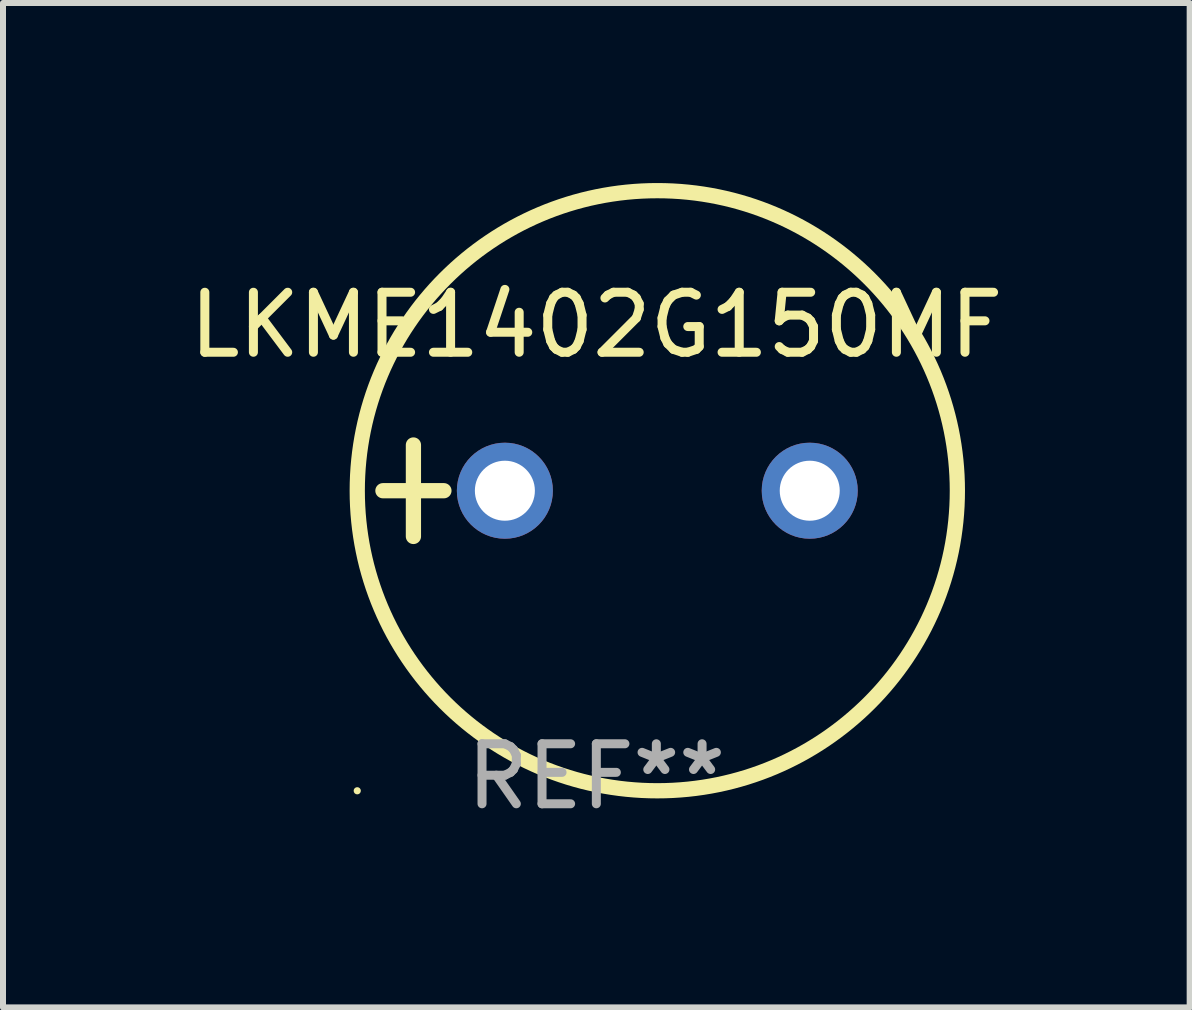
<source format=kicad_pcb>
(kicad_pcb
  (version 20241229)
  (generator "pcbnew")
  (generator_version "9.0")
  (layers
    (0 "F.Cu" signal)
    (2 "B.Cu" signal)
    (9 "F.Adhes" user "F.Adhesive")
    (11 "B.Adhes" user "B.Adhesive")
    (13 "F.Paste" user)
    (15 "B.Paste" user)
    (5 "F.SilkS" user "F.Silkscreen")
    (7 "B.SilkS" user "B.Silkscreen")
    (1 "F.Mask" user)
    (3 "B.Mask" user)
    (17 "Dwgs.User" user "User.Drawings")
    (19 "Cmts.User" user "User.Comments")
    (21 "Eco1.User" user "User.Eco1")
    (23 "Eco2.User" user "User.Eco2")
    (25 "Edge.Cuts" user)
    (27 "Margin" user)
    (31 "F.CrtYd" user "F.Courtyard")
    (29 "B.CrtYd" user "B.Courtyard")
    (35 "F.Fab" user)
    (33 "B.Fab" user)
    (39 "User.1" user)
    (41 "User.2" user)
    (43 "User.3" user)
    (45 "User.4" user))
  (footprint "LKME1402G150MF"
    (layer "F.Cu")
    (at 6.887 5.127)
    (property "Reference" "LKME1402G150MF" (at 0 -2.762 0) (layer "F.SilkS") (effects (font (size 1 1) (thickness 0.15))))
    (attr through_hole)
    (fp_line (start -3.556 0) (end -2.54 0) (stroke (width 0.254) (type solid)) (layer "F.SilkS"))
    (fp_line (start -3.048 -0.762) (end -3.048 0.762) (stroke (width 0.254) (type solid)) (layer "F.SilkS"))
    (fp_circle (center -3.984 5) (end -3.954 5) (stroke (width 0.06) (type solid)) (fill no) (layer "F.SilkS"))
    (fp_circle (center 1.016 0) (end 6.016 0) (stroke (width 0.254) (type solid)) (fill no) (layer "F.SilkS"))
    (fp_text user "REF**" (at 0 4.762 0) (layer "F.Fab") (effects (font (size 1 1) (thickness 0.15))))
    (pad "1" thru_hole circle (at -1.524 0) (size 1.6 1.6) (drill 1) (layers "*.Cu" "*.Mask"))
    (pad "2" thru_hole circle (at 3.556 0) (size 1.6 1.6) (drill 1) (layers "*.Cu" "*.Mask")))
  (gr_rect
    (start -3 -3)
    (end 16.774 13.737)
    (stroke (width 0.1) (type default))
    (fill no)
    (layer "Edge.Cuts")))
</source>
